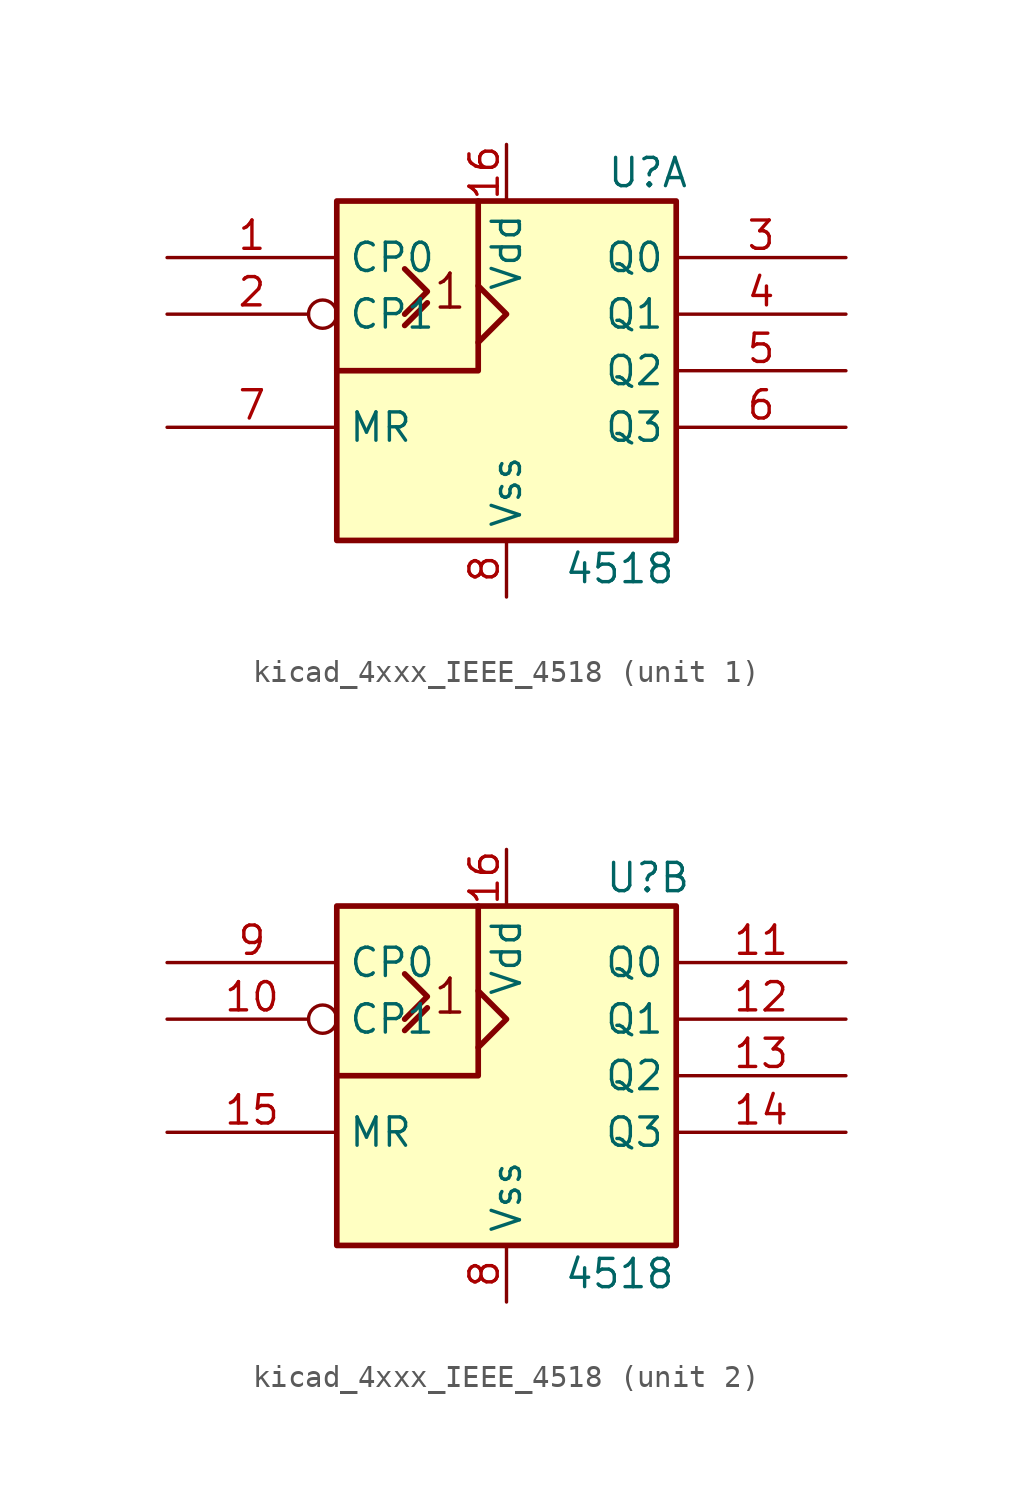
<source format=kicad_sym>
(kicad_symbol_lib
  (version 20220914)
  (generator kicad_symbol_editor)
  (symbol "kicad_4xxx_IEEE_4518"
    (property "Reference" "U"
      (at 6.35 8.89 0)
      (effects (font (size 1.27 1.27))))
    (property "Value" "4518"
      (at 5.08 -8.89 0)
      (effects (font (size 1.27 1.27))))
    (symbol "kicad_4xxx_IEEE_4518_0_0"
      (text "1" (at -2.54 3.556 0) (effects (font (size 1.524 1.524)))))
    (symbol "kicad_4xxx_IEEE_4518_0_1"
      (rectangle (start -7.62 7.62) (end 7.62 -7.62) (stroke (width 0.254) (type default)) (fill (type background)))
      (polyline (pts (xy -4.572 2.032) (xy -3.556 3.048) (xy -3.556 3.048)) (stroke (width 0.254) (type default)) (fill (type background)))
      (polyline (pts (xy -4.572 4.572) (xy -3.556 3.556) (xy -4.572 2.54) (xy -4.572 2.54)) (stroke (width 0.254) (type default)) (fill (type background)))
      (polyline (pts (xy -1.27 3.81) (xy 0 2.54) (xy -1.27 1.27) (xy -1.27 1.27)) (stroke (width 0.254) (type default)) (fill (type background)))
      (polyline (pts (xy -1.27 7.62) (xy -1.27 0) (xy -7.62 0) (xy -6.35 0)) (stroke (width 0.254) (type default)) (fill (type background)))
      (pin power_in line (at 0 10.16 270) (length 2.54) (name "Vdd" (effects (font (size 1.27 1.27)))) (number "16" (effects (font (size 1.27 1.27)))))
      (pin power_in line (at 0 -10.16 90) (length 2.54) (name "Vss" (effects (font (size 1.27 1.27)))) (number "8" (effects (font (size 1.27 1.27))))))
    (symbol "kicad_4xxx_IEEE_4518_1_1"
      (pin input line (at -15.24 5.08 0) (length 7.62) (name "CP0" (effects (font (size 1.27 1.27)))) (number "1" (effects (font (size 1.27 1.27)))))
      (pin input inverted (at -15.24 2.54 0) (length 7.62) (name "CP1" (effects (font (size 1.27 1.27)))) (number "2" (effects (font (size 1.27 1.27)))))
      (pin output line (at 15.24 5.08 180) (length 7.62) (name "Q0" (effects (font (size 1.27 1.27)))) (number "3" (effects (font (size 1.27 1.27)))))
      (pin output line (at 15.24 2.54 180) (length 7.62) (name "Q1" (effects (font (size 1.27 1.27)))) (number "4" (effects (font (size 1.27 1.27)))))
      (pin output line (at 15.24 0 180) (length 7.62) (name "Q2" (effects (font (size 1.27 1.27)))) (number "5" (effects (font (size 1.27 1.27)))))
      (pin output line (at 15.24 -2.54 180) (length 7.62) (name "Q3" (effects (font (size 1.27 1.27)))) (number "6" (effects (font (size 1.27 1.27)))))
      (pin input line (at -15.24 -2.54 0) (length 7.62) (name "MR" (effects (font (size 1.27 1.27)))) (number "7" (effects (font (size 1.27 1.27))))))
    (symbol "kicad_4xxx_IEEE_4518_2_1"
      (pin input inverted (at -15.24 2.54 0) (length 7.62) (name "CP1" (effects (font (size 1.27 1.27)))) (number "10" (effects (font (size 1.27 1.27)))))
      (pin output line (at 15.24 5.08 180) (length 7.62) (name "Q0" (effects (font (size 1.27 1.27)))) (number "11" (effects (font (size 1.27 1.27)))))
      (pin output line (at 15.24 2.54 180) (length 7.62) (name "Q1" (effects (font (size 1.27 1.27)))) (number "12" (effects (font (size 1.27 1.27)))))
      (pin output line (at 15.24 0 180) (length 7.62) (name "Q2" (effects (font (size 1.27 1.27)))) (number "13" (effects (font (size 1.27 1.27)))))
      (pin output line (at 15.24 -2.54 180) (length 7.62) (name "Q3" (effects (font (size 1.27 1.27)))) (number "14" (effects (font (size 1.27 1.27)))))
      (pin input line (at -15.24 -2.54 0) (length 7.62) (name "MR" (effects (font (size 1.27 1.27)))) (number "15" (effects (font (size 1.27 1.27)))))
      (pin input line (at -15.24 5.08 0) (length 7.62) (name "CP0" (effects (font (size 1.27 1.27)))) (number "9" (effects (font (size 1.27 1.27))))))))
</source>
